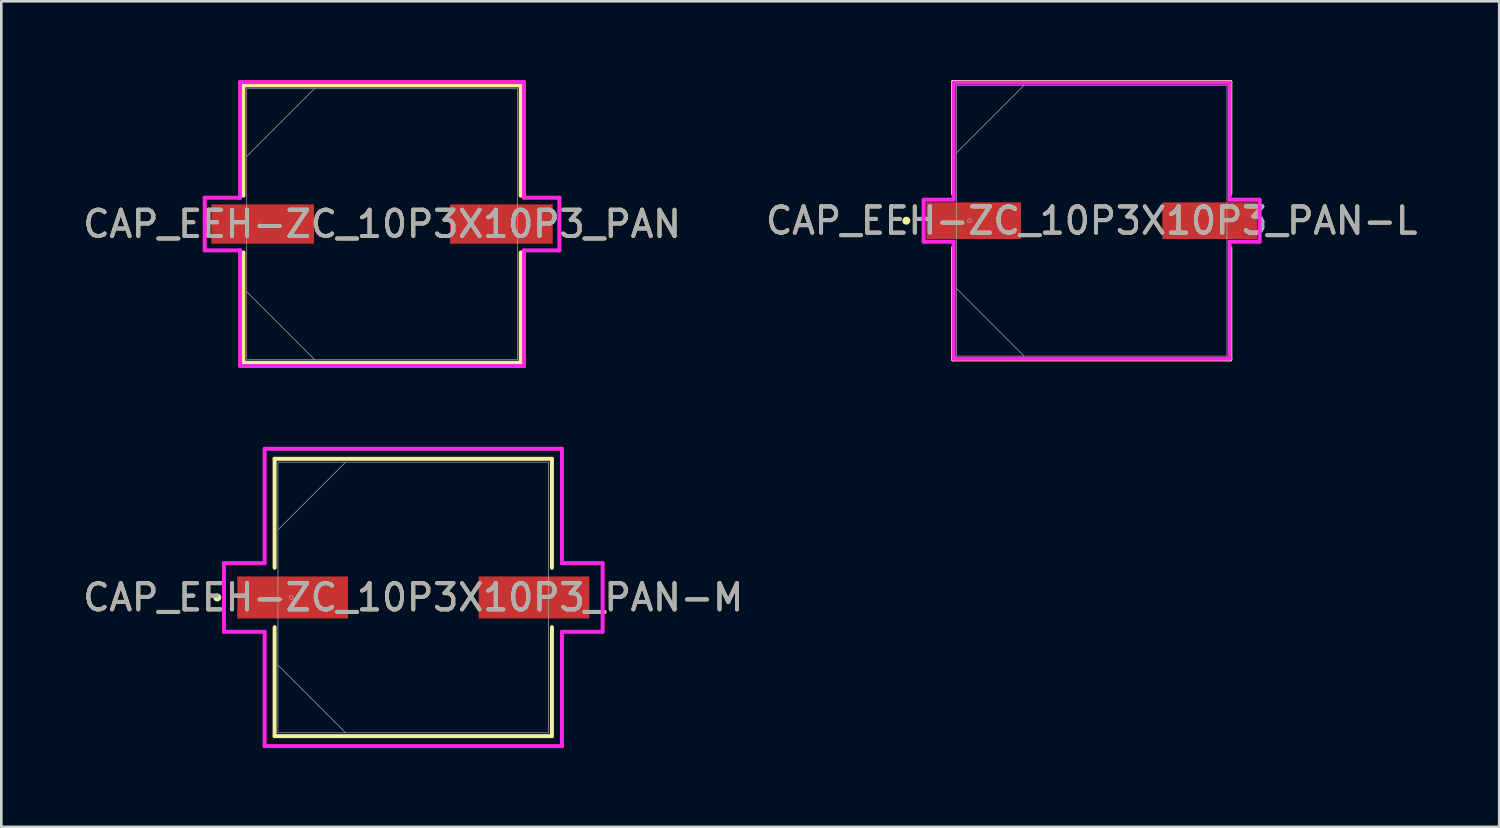
<source format=kicad_pcb>
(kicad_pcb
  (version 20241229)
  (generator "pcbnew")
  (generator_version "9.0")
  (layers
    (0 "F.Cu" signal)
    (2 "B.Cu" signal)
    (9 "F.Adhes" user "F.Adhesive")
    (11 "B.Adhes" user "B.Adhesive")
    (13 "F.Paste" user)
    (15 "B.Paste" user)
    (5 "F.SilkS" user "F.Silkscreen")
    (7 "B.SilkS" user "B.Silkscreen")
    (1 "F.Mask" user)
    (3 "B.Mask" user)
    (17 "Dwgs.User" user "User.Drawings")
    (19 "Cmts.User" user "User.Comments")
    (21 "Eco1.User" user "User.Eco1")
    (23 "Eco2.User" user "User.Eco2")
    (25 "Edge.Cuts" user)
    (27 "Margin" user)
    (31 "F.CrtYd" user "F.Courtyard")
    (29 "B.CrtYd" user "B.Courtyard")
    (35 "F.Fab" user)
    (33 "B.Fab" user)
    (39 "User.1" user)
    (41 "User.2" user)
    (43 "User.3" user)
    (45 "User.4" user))
  (footprint "CAP_EEH-ZC_10P3X10P3_PAN"
    (layer "F.Cu")
    (at 11.506 5.486)
    (property "Reference" "CAP_EEH-ZC_10P3X10P3_PAN" (at 0 0 0) (unlocked yes) (layer "F.SilkS") (effects (font (size 1 1) (thickness 0.15))))
    (attr smd)
    (fp_line (start -5.283 -5.283) (end -5.283 -1.082) (stroke (width 0.152) (type solid)) (layer "F.SilkS"))
    (fp_line (start -5.283 1.082) (end -5.283 5.283) (stroke (width 0.152) (type solid)) (layer "F.SilkS"))
    (fp_line (start -5.283 5.283) (end 5.283 5.283) (stroke (width 0.152) (type solid)) (layer "F.SilkS"))
    (fp_line (start 5.283 -5.283) (end -5.283 -5.283) (stroke (width 0.152) (type solid)) (layer "F.SilkS"))
    (fp_line (start 5.283 -1.082) (end 5.283 -5.283) (stroke (width 0.152) (type solid)) (layer "F.SilkS"))
    (fp_line (start 5.283 5.283) (end 5.283 1.082) (stroke (width 0.152) (type solid)) (layer "F.SilkS"))
    (fp_line (start -6.756 -1.003) (end -5.41 -1.003) (stroke (width 0.152) (type solid)) (layer "F.CrtYd"))
    (fp_line (start -6.756 1.003) (end -6.756 -1.003) (stroke (width 0.152) (type solid)) (layer "F.CrtYd"))
    (fp_line (start -5.41 -5.41) (end 5.41 -5.41) (stroke (width 0.152) (type solid)) (layer "F.CrtYd"))
    (fp_line (start -5.41 -1.003) (end -5.41 -5.41) (stroke (width 0.152) (type solid)) (layer "F.CrtYd"))
    (fp_line (start -5.41 1.003) (end -6.756 1.003) (stroke (width 0.152) (type solid)) (layer "F.CrtYd"))
    (fp_line (start -5.41 5.41) (end -5.41 1.003) (stroke (width 0.152) (type solid)) (layer "F.CrtYd"))
    (fp_line (start 5.41 -5.41) (end 5.41 -1.003) (stroke (width 0.152) (type solid)) (layer "F.CrtYd"))
    (fp_line (start 5.41 -1.003) (end 6.756 -1.003) (stroke (width 0.152) (type solid)) (layer "F.CrtYd"))
    (fp_line (start 5.41 1.003) (end 5.41 5.41) (stroke (width 0.152) (type solid)) (layer "F.CrtYd"))
    (fp_line (start 5.41 5.41) (end -5.41 5.41) (stroke (width 0.152) (type solid)) (layer "F.CrtYd"))
    (fp_line (start 6.756 -1.003) (end 6.756 1.003) (stroke (width 0.152) (type solid)) (layer "F.CrtYd"))
    (fp_line (start 6.756 1.003) (end 5.41 1.003) (stroke (width 0.152) (type solid)) (layer "F.CrtYd"))
    (fp_line (start -5.156 -5.156) (end -5.156 5.156) (stroke (width 0.025) (type solid)) (layer "F.Fab"))
    (fp_line (start -5.156 -2.578) (end -2.578 -5.156) (stroke (width 0.025) (type solid)) (layer "F.Fab"))
    (fp_line (start -5.156 2.578) (end -2.578 5.156) (stroke (width 0.025) (type solid)) (layer "F.Fab"))
    (fp_line (start -5.156 5.156) (end 5.156 5.156) (stroke (width 0.025) (type solid)) (layer "F.Fab"))
    (fp_line (start 5.156 -5.156) (end -5.156 -5.156) (stroke (width 0.025) (type solid)) (layer "F.Fab"))
    (fp_line (start 5.156 5.156) (end 5.156 -5.156) (stroke (width 0.025) (type solid)) (layer "F.Fab"))
    (fp_circle (center -4.648 0) (end -4.648 0) (stroke (width 0.025) (type solid)) (fill no) (layer "F.Fab"))
    (fp_text user "${REFERENCE}" (at 0 0 0) (unlocked yes) (layer "F.Fab") (effects (font (size 1 1) (thickness 0.15))))
    (pad "1" smd rect (at -4.547 0) (size 3.912 1.499) (layers "F.Cu" "F.Mask" "F.Paste"))
    (pad "2" smd rect (at 4.547 0) (size 3.912 1.499) (layers "F.Cu" "F.Mask" "F.Paste"))
    (zone (net_name "") (layer "F.Cu") (hatch full 0.508) (connect_pads) (min_thickness 0.254) (filled_areas_thickness no) (keepout (tracks not_allowed) (vias not_allowed) (pads allowed) (copperpour not_allowed) (footprints allowed)) (placement (enabled no)) (fill) (polygon (pts (xy 6.401 0.381) (xy 16.611 0.381) (xy 16.611 4.686) (xy 6.401 4.686))))
    (zone (net_name "") (layer "F.Cu") (hatch full 0.508) (connect_pads) (min_thickness 0.254) (filled_areas_thickness no) (keepout (tracks not_allowed) (vias not_allowed) (pads allowed) (copperpour not_allowed) (footprints allowed)) (placement (enabled no)) (fill) (polygon (pts (xy 6.401 6.287) (xy 16.611 6.287) (xy 16.611 10.592) (xy 6.401 10.592))))
    (zone (net_name "") (layer "F.Cu") (hatch full 0.508) (connect_pads) (min_thickness 0.254) (filled_areas_thickness no) (keepout (tracks not_allowed) (vias not_allowed) (pads allowed) (copperpour not_allowed) (footprints allowed)) (placement (enabled no)) (fill) (polygon (pts (xy 8.966 4.686) (xy 14.046 4.686) (xy 14.046 6.287) (xy 8.966 6.287)))))
  (footprint "CAP_EEH-ZC_10P3X10P3_PAN-L"
    (layer "F.Cu")
    (at 38.542 5.359)
    (property "Reference" "CAP_EEH-ZC_10P3X10P3_PAN-L" (at 0 0 0) (unlocked yes) (layer "F.SilkS") (effects (font (size 1 1) (thickness 0.15))))
    (attr smd)
    (fp_line (start -5.283 -5.283) (end -5.283 -1.031) (stroke (width 0.152) (type solid)) (layer "F.SilkS"))
    (fp_line (start -5.283 1.031) (end -5.283 5.283) (stroke (width 0.152) (type solid)) (layer "F.SilkS"))
    (fp_line (start -5.283 5.283) (end 5.283 5.283) (stroke (width 0.152) (type solid)) (layer "F.SilkS"))
    (fp_line (start 5.283 -5.283) (end -5.283 -5.283) (stroke (width 0.152) (type solid)) (layer "F.SilkS"))
    (fp_line (start 5.283 -1.031) (end 5.283 -5.283) (stroke (width 0.152) (type solid)) (layer "F.SilkS"))
    (fp_line (start 5.283 5.283) (end 5.283 1.031) (stroke (width 0.152) (type solid)) (layer "F.SilkS"))
    (fp_circle (center -7.061 0) (end -6.985 0) (stroke (width 0.152) (type solid)) (fill no) (layer "F.SilkS"))
    (fp_line (start -6.401 -0.8) (end -5.258 -0.8) (stroke (width 0.152) (type solid)) (layer "F.CrtYd"))
    (fp_line (start -6.401 0.8) (end -6.401 -0.8) (stroke (width 0.152) (type solid)) (layer "F.CrtYd"))
    (fp_line (start -5.258 -5.258) (end 5.258 -5.258) (stroke (width 0.152) (type solid)) (layer "F.CrtYd"))
    (fp_line (start -5.258 -0.8) (end -5.258 -5.258) (stroke (width 0.152) (type solid)) (layer "F.CrtYd"))
    (fp_line (start -5.258 0.8) (end -6.401 0.8) (stroke (width 0.152) (type solid)) (layer "F.CrtYd"))
    (fp_line (start -5.258 5.258) (end -5.258 0.8) (stroke (width 0.152) (type solid)) (layer "F.CrtYd"))
    (fp_line (start 5.258 -5.258) (end 5.258 -0.8) (stroke (width 0.152) (type solid)) (layer "F.CrtYd"))
    (fp_line (start 5.258 -0.8) (end 6.401 -0.8) (stroke (width 0.152) (type solid)) (layer "F.CrtYd"))
    (fp_line (start 5.258 0.8) (end 5.258 5.258) (stroke (width 0.152) (type solid)) (layer "F.CrtYd"))
    (fp_line (start 5.258 5.258) (end -5.258 5.258) (stroke (width 0.152) (type solid)) (layer "F.CrtYd"))
    (fp_line (start 6.401 -0.8) (end 6.401 0.8) (stroke (width 0.152) (type solid)) (layer "F.CrtYd"))
    (fp_line (start 6.401 0.8) (end 5.258 0.8) (stroke (width 0.152) (type solid)) (layer "F.CrtYd"))
    (fp_line (start -5.156 -5.156) (end -5.156 5.156) (stroke (width 0.025) (type solid)) (layer "F.Fab"))
    (fp_line (start -5.156 -2.578) (end -2.578 -5.156) (stroke (width 0.025) (type solid)) (layer "F.Fab"))
    (fp_line (start -5.156 2.578) (end -2.578 5.156) (stroke (width 0.025) (type solid)) (layer "F.Fab"))
    (fp_line (start -5.156 5.156) (end 5.156 5.156) (stroke (width 0.025) (type solid)) (layer "F.Fab"))
    (fp_line (start 5.156 -5.156) (end -5.156 -5.156) (stroke (width 0.025) (type solid)) (layer "F.Fab"))
    (fp_line (start 5.156 5.156) (end 5.156 -5.156) (stroke (width 0.025) (type solid)) (layer "F.Fab"))
    (fp_circle (center -4.648 0) (end -4.572 0) (stroke (width 0.025) (type solid)) (fill no) (layer "F.Fab"))
    (fp_text user "${REFERENCE}" (at 0 0 0) (unlocked yes) (layer "F.Fab") (effects (font (size 1 1) (thickness 0.15))))
    (pad "1" smd rect (at -4.496 0) (size 3.607 1.397) (layers "F.Cu" "F.Mask" "F.Paste"))
    (pad "2" smd rect (at 4.496 0) (size 3.607 1.397) (layers "F.Cu" "F.Mask" "F.Paste"))
    (zone (net_name "") (layer "F.Cu") (hatch full 0.508) (connect_pads) (min_thickness 0.254) (filled_areas_thickness no) (keepout (tracks not_allowed) (vias not_allowed) (pads allowed) (copperpour not_allowed) (footprints allowed)) (placement (enabled no)) (fill) (polygon (pts (xy 33.436 0.254) (xy 43.647 0.254) (xy 43.647 4.61) (xy 33.436 4.61))))
    (zone (net_name "") (layer "F.Cu") (hatch full 0.508) (connect_pads) (min_thickness 0.254) (filled_areas_thickness no) (keepout (tracks not_allowed) (vias not_allowed) (pads allowed) (copperpour not_allowed) (footprints allowed)) (placement (enabled no)) (fill) (polygon (pts (xy 33.436 6.109) (xy 43.647 6.109) (xy 43.647 10.465) (xy 33.436 10.465))))
    (zone (net_name "") (layer "F.Cu") (hatch full 0.508) (connect_pads) (min_thickness 0.254) (filled_areas_thickness no) (keepout (tracks not_allowed) (vias not_allowed) (pads allowed) (copperpour not_allowed) (footprints allowed)) (placement (enabled no)) (fill) (polygon (pts (xy 35.9 4.61) (xy 41.183 4.61) (xy 41.183 6.109) (xy 35.9 6.109)))))
  (footprint "CAP_EEH-ZC_10P3X10P3_PAN-M"
    (layer "F.Cu")
    (at 12.696 19.713)
    (property "Reference" "CAP_EEH-ZC_10P3X10P3_PAN-M" (at 0 0 0) (unlocked yes) (layer "F.SilkS") (effects (font (size 1 1) (thickness 0.15))))
    (attr smd)
    (fp_line (start -5.283 -5.283) (end -5.283 -1.133) (stroke (width 0.152) (type solid)) (layer "F.SilkS"))
    (fp_line (start -5.283 1.133) (end -5.283 5.283) (stroke (width 0.152) (type solid)) (layer "F.SilkS"))
    (fp_line (start -5.283 5.283) (end 5.283 5.283) (stroke (width 0.152) (type solid)) (layer "F.SilkS"))
    (fp_line (start 5.283 -5.283) (end -5.283 -5.283) (stroke (width 0.152) (type solid)) (layer "F.SilkS"))
    (fp_line (start 5.283 -1.133) (end 5.283 -5.283) (stroke (width 0.152) (type solid)) (layer "F.SilkS"))
    (fp_line (start 5.283 5.283) (end 5.283 1.133) (stroke (width 0.152) (type solid)) (layer "F.SilkS"))
    (fp_circle (center -7.468 0) (end -7.391 0) (stroke (width 0.152) (type solid)) (fill no) (layer "F.SilkS"))
    (fp_line (start -7.214 -1.308) (end -5.664 -1.308) (stroke (width 0.152) (type solid)) (layer "F.CrtYd"))
    (fp_line (start -7.214 1.308) (end -7.214 -1.308) (stroke (width 0.152) (type solid)) (layer "F.CrtYd"))
    (fp_line (start -5.664 -5.664) (end 5.664 -5.664) (stroke (width 0.152) (type solid)) (layer "F.CrtYd"))
    (fp_line (start -5.664 -1.308) (end -5.664 -5.664) (stroke (width 0.152) (type solid)) (layer "F.CrtYd"))
    (fp_line (start -5.664 1.308) (end -7.214 1.308) (stroke (width 0.152) (type solid)) (layer "F.CrtYd"))
    (fp_line (start -5.664 5.664) (end -5.664 1.308) (stroke (width 0.152) (type solid)) (layer "F.CrtYd"))
    (fp_line (start 5.664 -5.664) (end 5.664 -1.308) (stroke (width 0.152) (type solid)) (layer "F.CrtYd"))
    (fp_line (start 5.664 -1.308) (end 7.214 -1.308) (stroke (width 0.152) (type solid)) (layer "F.CrtYd"))
    (fp_line (start 5.664 1.308) (end 5.664 5.664) (stroke (width 0.152) (type solid)) (layer "F.CrtYd"))
    (fp_line (start 5.664 5.664) (end -5.664 5.664) (stroke (width 0.152) (type solid)) (layer "F.CrtYd"))
    (fp_line (start 7.214 -1.308) (end 7.214 1.308) (stroke (width 0.152) (type solid)) (layer "F.CrtYd"))
    (fp_line (start 7.214 1.308) (end 5.664 1.308) (stroke (width 0.152) (type solid)) (layer "F.CrtYd"))
    (fp_line (start -5.156 -5.156) (end -5.156 5.156) (stroke (width 0.025) (type solid)) (layer "F.Fab"))
    (fp_line (start -5.156 -2.578) (end -2.578 -5.156) (stroke (width 0.025) (type solid)) (layer "F.Fab"))
    (fp_line (start -5.156 2.578) (end -2.578 5.156) (stroke (width 0.025) (type solid)) (layer "F.Fab"))
    (fp_line (start -5.156 5.156) (end 5.156 5.156) (stroke (width 0.025) (type solid)) (layer "F.Fab"))
    (fp_line (start 5.156 -5.156) (end -5.156 -5.156) (stroke (width 0.025) (type solid)) (layer "F.Fab"))
    (fp_line (start 5.156 5.156) (end 5.156 -5.156) (stroke (width 0.025) (type solid)) (layer "F.Fab"))
    (fp_circle (center -4.648 0) (end -4.572 0) (stroke (width 0.025) (type solid)) (fill no) (layer "F.Fab"))
    (fp_text user "${REFERENCE}" (at 0 0 0) (unlocked yes) (layer "F.Fab") (effects (font (size 1 1) (thickness 0.15))))
    (pad "1" smd rect (at -4.597 0) (size 4.216 1.6) (layers "F.Cu" "F.Mask" "F.Paste"))
    (pad "2" smd rect (at 4.597 0) (size 4.216 1.6) (layers "F.Cu" "F.Mask" "F.Paste"))
    (zone (net_name "") (layer "F.Cu") (hatch full 0.508) (connect_pads) (min_thickness 0.254) (filled_areas_thickness no) (keepout (tracks not_allowed) (vias not_allowed) (pads allowed) (copperpour not_allowed) (footprints allowed)) (placement (enabled no)) (fill) (polygon (pts (xy 7.591 14.608) (xy 17.802 14.608) (xy 17.802 18.862) (xy 7.591 18.862))))
    (zone (net_name "") (layer "F.Cu") (hatch full 0.508) (connect_pads) (min_thickness 0.254) (filled_areas_thickness no) (keepout (tracks not_allowed) (vias not_allowed) (pads allowed) (copperpour not_allowed) (footprints allowed)) (placement (enabled no)) (fill) (polygon (pts (xy 7.591 20.564) (xy 17.802 20.564) (xy 17.802 24.819) (xy 7.591 24.819))))
    (zone (net_name "") (layer "F.Cu") (hatch full 0.508) (connect_pads) (min_thickness 0.254) (filled_areas_thickness no) (keepout (tracks not_allowed) (vias not_allowed) (pads allowed) (copperpour not_allowed) (footprints allowed)) (placement (enabled no)) (fill) (polygon (pts (xy 10.258 18.862) (xy 15.135 18.862) (xy 15.135 20.564) (xy 10.258 20.564)))))
  (gr_rect
    (start -3 -3)
    (end 54.071 28.454)
    (stroke (width 0.1) (type default))
    (fill no)
    (layer "Edge.Cuts")))
</source>
